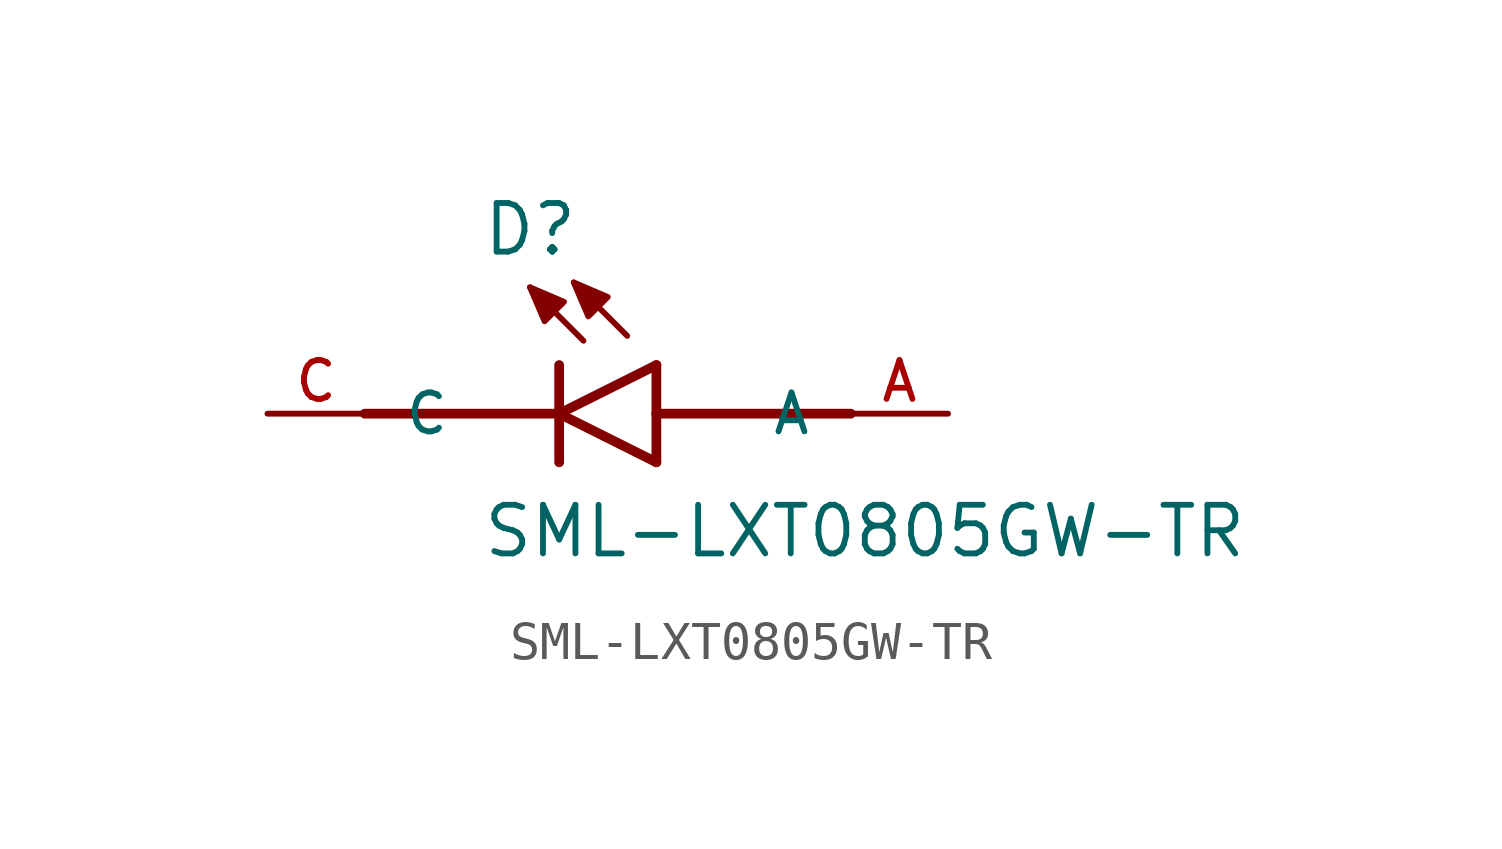
<source format=kicad_sym>
(kicad_symbol_lib
  (version 20231120)
  (generator "kicad_symbol_editor")
  (generator_version "8.0")
  (symbol "SML-LXT0805GW-TR"
    (pin_names
      (offset 1.016))
    (property "Reference" "D"
      (at -2.035 4.07 0)
      (effects (font (size 1.27 1.27)) (justify left bottom)))
    (property "Value" "SML-LXT0805GW-TR"
      (at -2.034 -3.813 0)
      (effects (font (size 1.27 1.27)) (justify left bottom)))
    (symbol "SML-LXT0805GW-TR_0_0"
      (polyline (pts (xy -5.08 0) (xy 0 0)) (stroke (width 0.254) (type default)) (fill (type none)))
      (polyline (pts (xy 0 -1.27) (xy 0 0)) (stroke (width 0.254) (type default)) (fill (type none)))
      (polyline (pts (xy 0 0) (xy 0 1.27)) (stroke (width 0.254) (type default)) (fill (type none)))
      (polyline (pts (xy 0 0) (xy 2.54 1.27)) (stroke (width 0.254) (type default)) (fill (type none)))
      (polyline (pts (xy 0.635 1.905) (xy -0.762 3.302)) (stroke (width 0.152) (type default)) (fill (type none)))
      (polyline (pts (xy 1.778 2.032) (xy 0.381 3.429)) (stroke (width 0.152) (type default)) (fill (type none)))
      (polyline (pts (xy 2.54 -1.27) (xy 0 0)) (stroke (width 0.254) (type default)) (fill (type none)))
      (polyline (pts (xy 2.54 -1.27) (xy 2.54 0)) (stroke (width 0.254) (type default)) (fill (type none)))
      (polyline (pts (xy 2.54 0) (xy 2.54 1.27)) (stroke (width 0.254) (type default)) (fill (type none)))
      (polyline (pts (xy 2.54 0) (xy 7.62 0)) (stroke (width 0.254) (type default)) (fill (type none)))
      (polyline (pts (xy -0.762 3.302) (xy 0.127 2.921) (xy -0.381 2.413) (xy -0.762 3.302)) (stroke (width 0.152) (type default)) (fill (type outline)))
      (polyline (pts (xy 0.381 3.429) (xy 1.27 3.048) (xy 0.762 2.54) (xy 0.381 3.429)) (stroke (width 0.152) (type default)) (fill (type outline)))
      (pin passive line (at 10.16 0 180) (length 2.54) (name "A" (effects (font (size 1.016 1.016)))) (number "A" (effects (font (size 1.016 1.016)))))
      (pin passive line (at -7.62 0 0) (length 2.54) (name "C" (effects (font (size 1.016 1.016)))) (number "C" (effects (font (size 1.016 1.016))))))))
</source>
